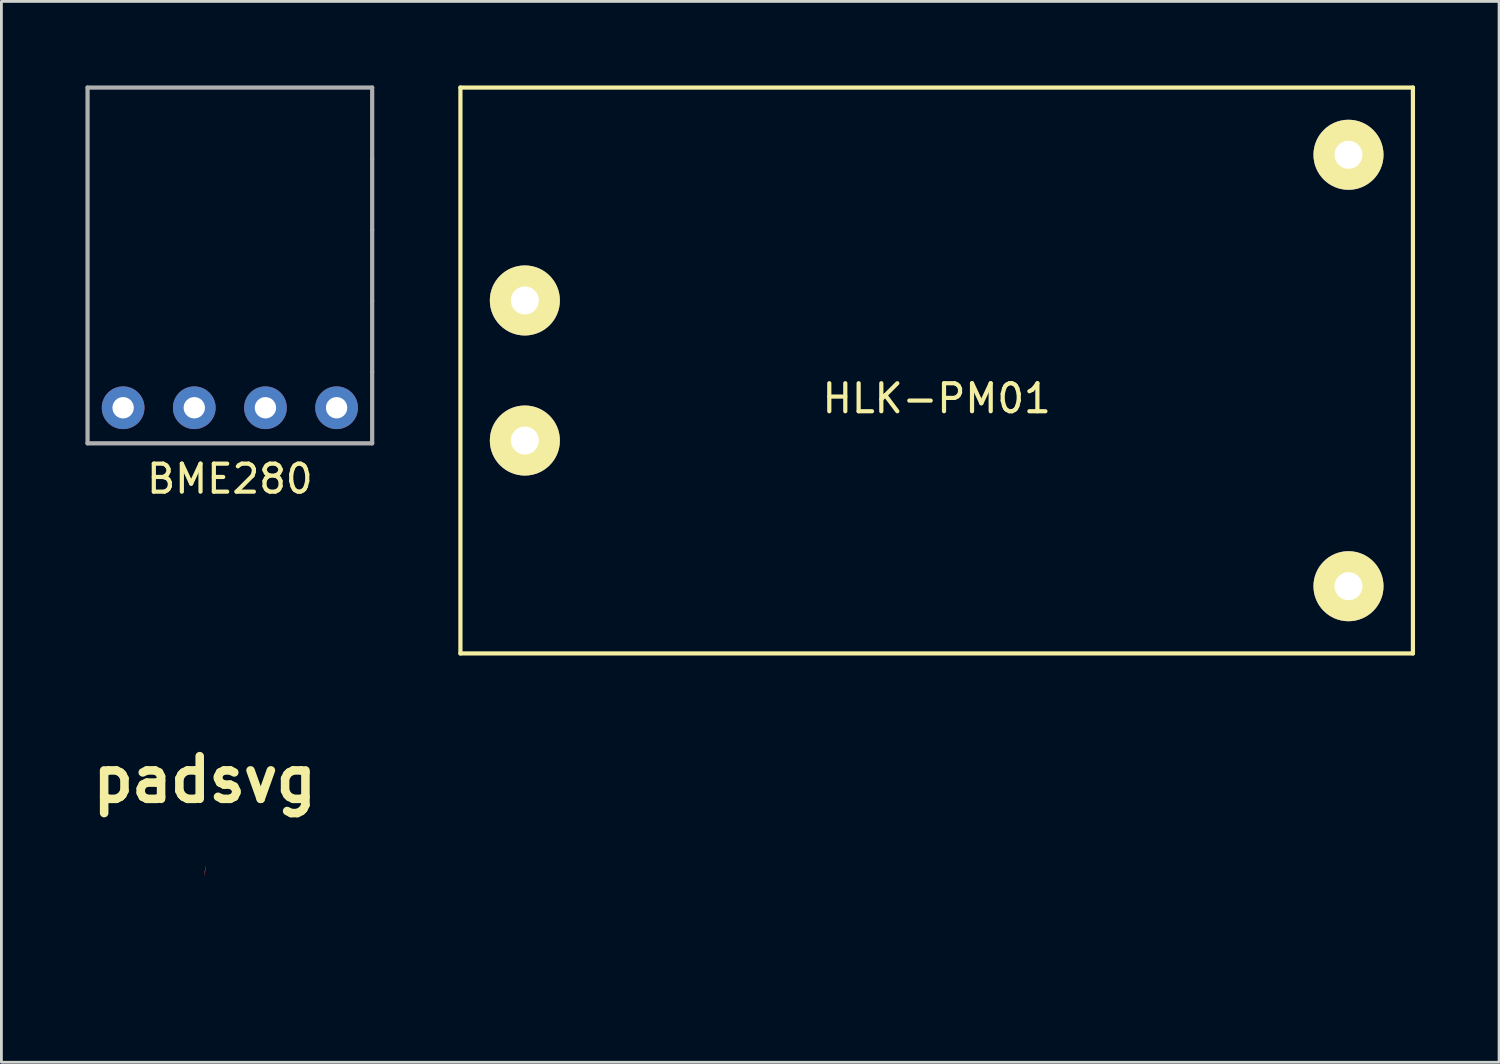
<source format=kicad_pcb>
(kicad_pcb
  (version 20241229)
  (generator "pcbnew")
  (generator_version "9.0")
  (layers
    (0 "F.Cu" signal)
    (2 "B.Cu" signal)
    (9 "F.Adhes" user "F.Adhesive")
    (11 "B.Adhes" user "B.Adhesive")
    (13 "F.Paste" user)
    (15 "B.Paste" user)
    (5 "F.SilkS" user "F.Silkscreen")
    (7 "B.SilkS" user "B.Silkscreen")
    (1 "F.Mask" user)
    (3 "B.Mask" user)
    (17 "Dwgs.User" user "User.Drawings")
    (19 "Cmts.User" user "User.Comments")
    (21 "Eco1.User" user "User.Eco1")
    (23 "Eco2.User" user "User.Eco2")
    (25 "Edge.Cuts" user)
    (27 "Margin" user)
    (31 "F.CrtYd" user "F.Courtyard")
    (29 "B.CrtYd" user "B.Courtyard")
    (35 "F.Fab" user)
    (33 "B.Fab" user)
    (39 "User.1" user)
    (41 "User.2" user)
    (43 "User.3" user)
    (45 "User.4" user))
  (footprint "padsvg"
    (layer "F.Cu")
    (at 4.26 29.846)
    (property "Reference" "padsvg" (at 0 -5.07 0) (layer "F.SilkS") (effects (font (size 1.524 1.524) (thickness 0.305))))
    (attr smd)
    (fp_poly (pts (xy -0.172 -2.02) (xy -1.469 -1.199) (xy 1.243 -1.199) (xy -1.469 -1.199) (xy -0.172 -2.02) (xy -0.172 2.022) (xy -1.641 1.201) (xy 0.859 1.201) (xy -1.641 1.201) (xy -0.172 2.022) (xy -0.172 -2.02)) (stroke (width 0) (type solid)) (fill yes) (layer "F.Cu"))
    (fp_poly (pts (xy 0.042 -2.022) (xy 0.042 -1.807) (xy -0.065 -1.807) (xy 1.961 -1.807) (xy -1.508 -1.807) (xy 1.725 -1.807) (xy -1.767 -1.807) (xy 1.849 -1.807) (xy -1.623 -1.807) (xy 1.513 -1.807) (xy -0.89 -1.807) (xy -0.889 -1.807) (xy -0.011 -1.807) (xy -0.011 -1.596) (xy 0.042 -2.022)) (stroke (width 0) (type solid)) (fill yes) (layer "F.Cu")))
  (footprint "BME280"
    (layer "F.Cu")
    (at 5.155 11.505)
    (property "Reference" "BME280" (at 0 2.54 0) (layer "F.SilkS") (effects (font (size 1 1) (thickness 0.15))))
    (attr through_hole)
    (fp_line (start -5.08 -11.43) (end -5.08 1.27) (stroke (width 0.15) (type solid)) (layer "F.Fab"))
    (fp_line (start -5.08 1.27) (end 5.08 1.27) (stroke (width 0.15) (type solid)) (layer "F.Fab"))
    (fp_line (start 5.08 -11.43) (end -5.08 -11.43) (stroke (width 0.15) (type solid)) (layer "F.Fab"))
    (fp_line (start 5.08 -8.89) (end 5.08 -11.43) (stroke (width 0.15) (type solid)) (layer "F.Fab"))
    (fp_line (start 5.08 -6.35) (end 5.08 -8.89) (stroke (width 0.15) (type solid)) (layer "F.Fab"))
    (fp_line (start 5.08 -3.81) (end 5.08 -6.35) (stroke (width 0.15) (type solid)) (layer "F.Fab"))
    (fp_line (start 5.08 -1.27) (end 5.08 -3.81) (stroke (width 0.15) (type solid)) (layer "F.Fab"))
    (fp_line (start 5.08 1.27) (end 5.08 -1.27) (stroke (width 0.15) (type solid)) (layer "F.Fab"))
    (pad "1" thru_hole circle (at -3.81 0) (size 1.524 1.524) (drill 0.762) (layers "*.Cu" "*.Mask"))
    (pad "2" thru_hole circle (at -1.27 0) (size 1.524 1.524) (drill 0.762) (layers "*.Cu" "*.Mask"))
    (pad "3" thru_hole circle (at 1.27 0) (size 1.524 1.524) (drill 0.762) (layers "*.Cu" "*.Mask"))
    (pad "4" thru_hole circle (at 3.81 0) (size 1.524 1.524) (drill 0.762) (layers "*.Cu" "*.Mask")))
  (footprint "HLK-PM01"
    (layer "F.Cu")
    (at 30.385 10.175)
    (property "Reference" "HLK-PM01" (at 0 1 0) (layer "F.SilkS") (effects (font (size 1 1) (thickness 0.15))))
    (attr through_hole)
    (fp_line (start -17 -10.1) (end -17 10.1) (stroke (width 0.15) (type solid)) (layer "F.SilkS"))
    (fp_line (start -17 10.1) (end 17 10.1) (stroke (width 0.15) (type solid)) (layer "F.SilkS"))
    (fp_line (start 17 -10.1) (end -17 -10.1) (stroke (width 0.15) (type solid)) (layer "F.SilkS"))
    (fp_line (start 17 -9.9) (end 17 -10.1) (stroke (width 0.15) (type solid)) (layer "F.SilkS"))
    (fp_line (start 17 10.1) (end 17 -9.9) (stroke (width 0.15) (type solid)) (layer "F.SilkS"))
    (pad "1" thru_hole circle (at -14.7 -2.5) (size 2.5 2.5) (drill 1) (layers "*.Cu" "*.Mask" "F.SilkS"))
    (pad "2" thru_hole circle (at -14.7 2.5) (size 2.5 2.5) (drill 1) (layers "*.Cu" "*.Mask" "F.SilkS"))
    (pad "3" thru_hole circle (at 14.7 -7.7) (size 2.5 2.5) (drill 1) (layers "*.Cu" "*.Mask" "F.SilkS"))
    (pad "4" thru_hole circle (at 14.7 7.7) (size 2.5 2.5) (drill 1) (layers "*.Cu" "*.Mask" "F.SilkS")))
  (gr_rect
    (start -3 -3)
    (end 50.46 34.868)
    (stroke (width 0.1) (type default))
    (fill no)
    (layer "Edge.Cuts")))
</source>
